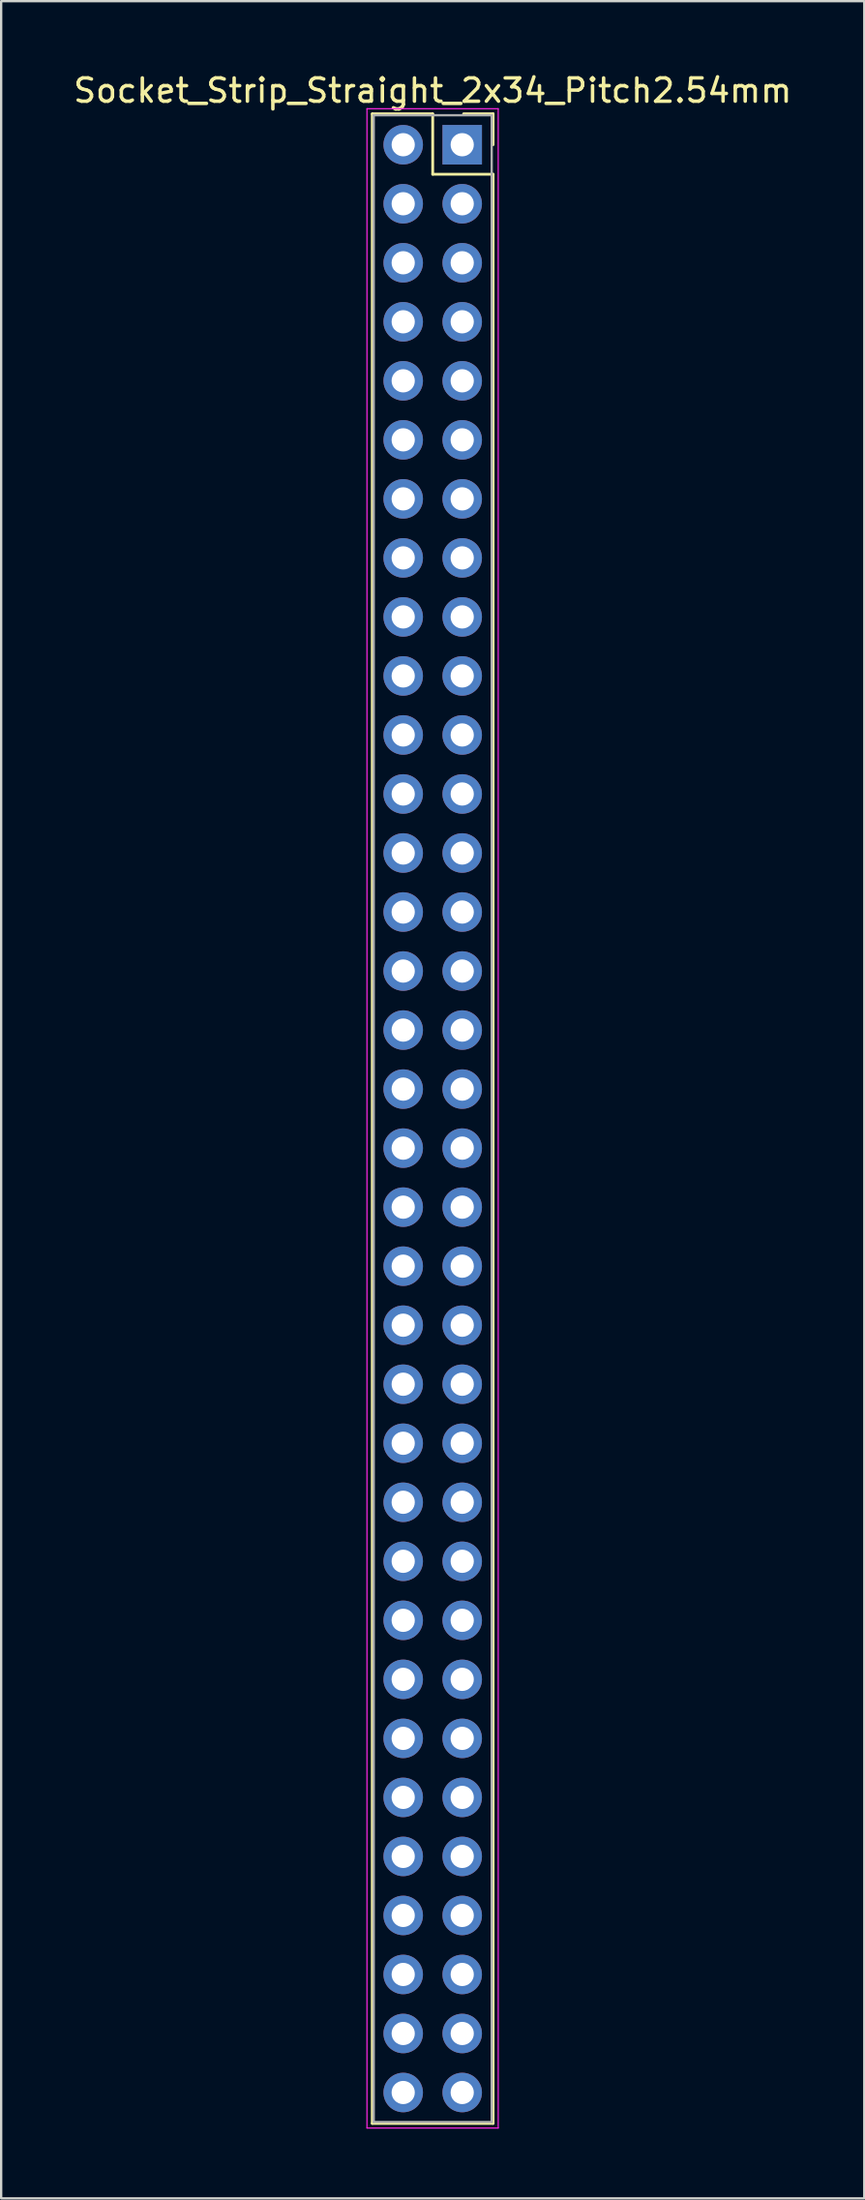
<source format=kicad_pcb>
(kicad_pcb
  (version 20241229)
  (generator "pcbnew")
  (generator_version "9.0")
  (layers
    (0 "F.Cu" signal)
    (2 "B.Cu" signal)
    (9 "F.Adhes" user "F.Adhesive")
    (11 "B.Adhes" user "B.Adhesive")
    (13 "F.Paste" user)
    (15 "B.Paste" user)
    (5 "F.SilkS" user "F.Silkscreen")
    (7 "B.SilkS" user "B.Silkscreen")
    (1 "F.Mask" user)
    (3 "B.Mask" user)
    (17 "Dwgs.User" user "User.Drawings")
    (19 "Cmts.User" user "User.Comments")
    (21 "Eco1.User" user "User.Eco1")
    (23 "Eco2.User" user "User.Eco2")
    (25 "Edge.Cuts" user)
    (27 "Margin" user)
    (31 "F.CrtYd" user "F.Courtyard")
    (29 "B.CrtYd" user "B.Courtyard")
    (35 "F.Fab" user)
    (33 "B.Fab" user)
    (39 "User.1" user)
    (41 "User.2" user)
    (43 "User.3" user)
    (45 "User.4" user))
  (footprint "Socket_Strip_Straight_2x34_Pitch2.54mm"
    (layer "F.Cu")
    (at 16.847 3.178)
    (property "Reference" "Socket_Strip_Straight_2x34_Pitch2.54mm" (at -1.27 -2.33 0) (layer "F.SilkS") (effects (font (size 1 1) (thickness 0.15))))
    (attr through_hole)
    (fp_line (start -3.87 -1.33) (end -1.27 -1.33) (stroke (width 0.12) (type solid)) (layer "F.SilkS"))
    (fp_line (start -3.87 85.15) (end -3.87 -1.33) (stroke (width 0.12) (type solid)) (layer "F.SilkS"))
    (fp_line (start -1.27 -1.33) (end -1.27 1.27) (stroke (width 0.12) (type solid)) (layer "F.SilkS"))
    (fp_line (start -1.27 1.27) (end 1.33 1.27) (stroke (width 0.12) (type solid)) (layer "F.SilkS"))
    (fp_line (start 1.33 -1.33) (end 0.06 -1.33) (stroke (width 0.12) (type solid)) (layer "F.SilkS"))
    (fp_line (start 1.33 0) (end 1.33 -1.33) (stroke (width 0.12) (type solid)) (layer "F.SilkS"))
    (fp_line (start 1.33 1.27) (end 1.33 85.15) (stroke (width 0.12) (type solid)) (layer "F.SilkS"))
    (fp_line (start 1.33 85.15) (end -3.87 85.15) (stroke (width 0.12) (type solid)) (layer "F.SilkS"))
    (fp_line (start -4.1 -1.55) (end -4.1 85.35) (stroke (width 0.05) (type solid)) (layer "F.CrtYd"))
    (fp_line (start -4.1 85.35) (end 1.55 85.35) (stroke (width 0.05) (type solid)) (layer "F.CrtYd"))
    (fp_line (start 1.55 -1.55) (end -4.1 -1.55) (stroke (width 0.05) (type solid)) (layer "F.CrtYd"))
    (fp_line (start 1.55 85.35) (end 1.55 -1.55) (stroke (width 0.05) (type solid)) (layer "F.CrtYd"))
    (fp_line (start -3.81 -1.27) (end -3.81 85.09) (stroke (width 0.1) (type solid)) (layer "F.Fab"))
    (fp_line (start -3.81 85.09) (end 1.27 85.09) (stroke (width 0.1) (type solid)) (layer "F.Fab"))
    (fp_line (start 1.27 -1.27) (end -3.81 -1.27) (stroke (width 0.1) (type solid)) (layer "F.Fab"))
    (fp_line (start 1.27 85.09) (end 1.27 -1.27) (stroke (width 0.1) (type solid)) (layer "F.Fab"))
    (pad "1" thru_hole rect (at 0 0) (size 1.7 1.7) (drill 1) (layers "*.Cu" "*.Mask"))
    (pad "2" thru_hole oval (at -2.54 0) (size 1.7 1.7) (drill 1) (layers "*.Cu" "*.Mask"))
    (pad "3" thru_hole oval (at 0 2.54) (size 1.7 1.7) (drill 1) (layers "*.Cu" "*.Mask"))
    (pad "4" thru_hole oval (at -2.54 2.54) (size 1.7 1.7) (drill 1) (layers "*.Cu" "*.Mask"))
    (pad "5" thru_hole oval (at 0 5.08) (size 1.7 1.7) (drill 1) (layers "*.Cu" "*.Mask"))
    (pad "6" thru_hole oval (at -2.54 5.08) (size 1.7 1.7) (drill 1) (layers "*.Cu" "*.Mask"))
    (pad "7" thru_hole oval (at 0 7.62) (size 1.7 1.7) (drill 1) (layers "*.Cu" "*.Mask"))
    (pad "8" thru_hole oval (at -2.54 7.62) (size 1.7 1.7) (drill 1) (layers "*.Cu" "*.Mask"))
    (pad "9" thru_hole oval (at 0 10.16) (size 1.7 1.7) (drill 1) (layers "*.Cu" "*.Mask"))
    (pad "10" thru_hole oval (at -2.54 10.16) (size 1.7 1.7) (drill 1) (layers "*.Cu" "*.Mask"))
    (pad "11" thru_hole oval (at 0 12.7) (size 1.7 1.7) (drill 1) (layers "*.Cu" "*.Mask"))
    (pad "12" thru_hole oval (at -2.54 12.7) (size 1.7 1.7) (drill 1) (layers "*.Cu" "*.Mask"))
    (pad "13" thru_hole oval (at 0 15.24) (size 1.7 1.7) (drill 1) (layers "*.Cu" "*.Mask"))
    (pad "14" thru_hole oval (at -2.54 15.24) (size 1.7 1.7) (drill 1) (layers "*.Cu" "*.Mask"))
    (pad "15" thru_hole oval (at 0 17.78) (size 1.7 1.7) (drill 1) (layers "*.Cu" "*.Mask"))
    (pad "16" thru_hole oval (at -2.54 17.78) (size 1.7 1.7) (drill 1) (layers "*.Cu" "*.Mask"))
    (pad "17" thru_hole oval (at 0 20.32) (size 1.7 1.7) (drill 1) (layers "*.Cu" "*.Mask"))
    (pad "18" thru_hole oval (at -2.54 20.32) (size 1.7 1.7) (drill 1) (layers "*.Cu" "*.Mask"))
    (pad "19" thru_hole oval (at 0 22.86) (size 1.7 1.7) (drill 1) (layers "*.Cu" "*.Mask"))
    (pad "20" thru_hole oval (at -2.54 22.86) (size 1.7 1.7) (drill 1) (layers "*.Cu" "*.Mask"))
    (pad "21" thru_hole oval (at 0 25.4) (size 1.7 1.7) (drill 1) (layers "*.Cu" "*.Mask"))
    (pad "22" thru_hole oval (at -2.54 25.4) (size 1.7 1.7) (drill 1) (layers "*.Cu" "*.Mask"))
    (pad "23" thru_hole oval (at 0 27.94) (size 1.7 1.7) (drill 1) (layers "*.Cu" "*.Mask"))
    (pad "24" thru_hole oval (at -2.54 27.94) (size 1.7 1.7) (drill 1) (layers "*.Cu" "*.Mask"))
    (pad "25" thru_hole oval (at 0 30.48) (size 1.7 1.7) (drill 1) (layers "*.Cu" "*.Mask"))
    (pad "26" thru_hole oval (at -2.54 30.48) (size 1.7 1.7) (drill 1) (layers "*.Cu" "*.Mask"))
    (pad "27" thru_hole oval (at 0 33.02) (size 1.7 1.7) (drill 1) (layers "*.Cu" "*.Mask"))
    (pad "28" thru_hole oval (at -2.54 33.02) (size 1.7 1.7) (drill 1) (layers "*.Cu" "*.Mask"))
    (pad "29" thru_hole oval (at 0 35.56) (size 1.7 1.7) (drill 1) (layers "*.Cu" "*.Mask"))
    (pad "30" thru_hole oval (at -2.54 35.56) (size 1.7 1.7) (drill 1) (layers "*.Cu" "*.Mask"))
    (pad "31" thru_hole oval (at 0 38.1) (size 1.7 1.7) (drill 1) (layers "*.Cu" "*.Mask"))
    (pad "32" thru_hole oval (at -2.54 38.1) (size 1.7 1.7) (drill 1) (layers "*.Cu" "*.Mask"))
    (pad "33" thru_hole oval (at 0 40.64) (size 1.7 1.7) (drill 1) (layers "*.Cu" "*.Mask"))
    (pad "34" thru_hole oval (at -2.54 40.64) (size 1.7 1.7) (drill 1) (layers "*.Cu" "*.Mask"))
    (pad "35" thru_hole oval (at 0 43.18) (size 1.7 1.7) (drill 1) (layers "*.Cu" "*.Mask"))
    (pad "36" thru_hole oval (at -2.54 43.18) (size 1.7 1.7) (drill 1) (layers "*.Cu" "*.Mask"))
    (pad "37" thru_hole oval (at 0 45.72) (size 1.7 1.7) (drill 1) (layers "*.Cu" "*.Mask"))
    (pad "38" thru_hole oval (at -2.54 45.72) (size 1.7 1.7) (drill 1) (layers "*.Cu" "*.Mask"))
    (pad "39" thru_hole oval (at 0 48.26) (size 1.7 1.7) (drill 1) (layers "*.Cu" "*.Mask"))
    (pad "40" thru_hole oval (at -2.54 48.26) (size 1.7 1.7) (drill 1) (layers "*.Cu" "*.Mask"))
    (pad "41" thru_hole oval (at 0 50.8) (size 1.7 1.7) (drill 1) (layers "*.Cu" "*.Mask"))
    (pad "42" thru_hole oval (at -2.54 50.8) (size 1.7 1.7) (drill 1) (layers "*.Cu" "*.Mask"))
    (pad "43" thru_hole oval (at 0 53.34) (size 1.7 1.7) (drill 1) (layers "*.Cu" "*.Mask"))
    (pad "44" thru_hole oval (at -2.54 53.34) (size 1.7 1.7) (drill 1) (layers "*.Cu" "*.Mask"))
    (pad "45" thru_hole oval (at 0 55.88) (size 1.7 1.7) (drill 1) (layers "*.Cu" "*.Mask"))
    (pad "46" thru_hole oval (at -2.54 55.88) (size 1.7 1.7) (drill 1) (layers "*.Cu" "*.Mask"))
    (pad "47" thru_hole oval (at 0 58.42) (size 1.7 1.7) (drill 1) (layers "*.Cu" "*.Mask"))
    (pad "48" thru_hole oval (at -2.54 58.42) (size 1.7 1.7) (drill 1) (layers "*.Cu" "*.Mask"))
    (pad "49" thru_hole oval (at 0 60.96) (size 1.7 1.7) (drill 1) (layers "*.Cu" "*.Mask"))
    (pad "50" thru_hole oval (at -2.54 60.96) (size 1.7 1.7) (drill 1) (layers "*.Cu" "*.Mask"))
    (pad "51" thru_hole oval (at 0 63.5) (size 1.7 1.7) (drill 1) (layers "*.Cu" "*.Mask"))
    (pad "52" thru_hole oval (at -2.54 63.5) (size 1.7 1.7) (drill 1) (layers "*.Cu" "*.Mask"))
    (pad "53" thru_hole oval (at 0 66.04) (size 1.7 1.7) (drill 1) (layers "*.Cu" "*.Mask"))
    (pad "54" thru_hole oval (at -2.54 66.04) (size 1.7 1.7) (drill 1) (layers "*.Cu" "*.Mask"))
    (pad "55" thru_hole oval (at 0 68.58) (size 1.7 1.7) (drill 1) (layers "*.Cu" "*.Mask"))
    (pad "56" thru_hole oval (at -2.54 68.58) (size 1.7 1.7) (drill 1) (layers "*.Cu" "*.Mask"))
    (pad "57" thru_hole oval (at 0 71.12) (size 1.7 1.7) (drill 1) (layers "*.Cu" "*.Mask"))
    (pad "58" thru_hole oval (at -2.54 71.12) (size 1.7 1.7) (drill 1) (layers "*.Cu" "*.Mask"))
    (pad "59" thru_hole oval (at 0 73.66) (size 1.7 1.7) (drill 1) (layers "*.Cu" "*.Mask"))
    (pad "60" thru_hole oval (at -2.54 73.66) (size 1.7 1.7) (drill 1) (layers "*.Cu" "*.Mask"))
    (pad "61" thru_hole oval (at 0 76.2) (size 1.7 1.7) (drill 1) (layers "*.Cu" "*.Mask"))
    (pad "62" thru_hole oval (at -2.54 76.2) (size 1.7 1.7) (drill 1) (layers "*.Cu" "*.Mask"))
    (pad "63" thru_hole oval (at 0 78.74) (size 1.7 1.7) (drill 1) (layers "*.Cu" "*.Mask"))
    (pad "64" thru_hole oval (at -2.54 78.74) (size 1.7 1.7) (drill 1) (layers "*.Cu" "*.Mask"))
    (pad "65" thru_hole oval (at 0 81.28) (size 1.7 1.7) (drill 1) (layers "*.Cu" "*.Mask"))
    (pad "66" thru_hole oval (at -2.54 81.28) (size 1.7 1.7) (drill 1) (layers "*.Cu" "*.Mask"))
    (pad "67" thru_hole oval (at 0 83.82) (size 1.7 1.7) (drill 1) (layers "*.Cu" "*.Mask"))
    (pad "68" thru_hole oval (at -2.54 83.82) (size 1.7 1.7) (drill 1) (layers "*.Cu" "*.Mask")))
  (gr_rect
    (start -3 -3)
    (end 34.155 91.553)
    (stroke (width 0.1) (type default))
    (fill no)
    (layer "Edge.Cuts")))
</source>
